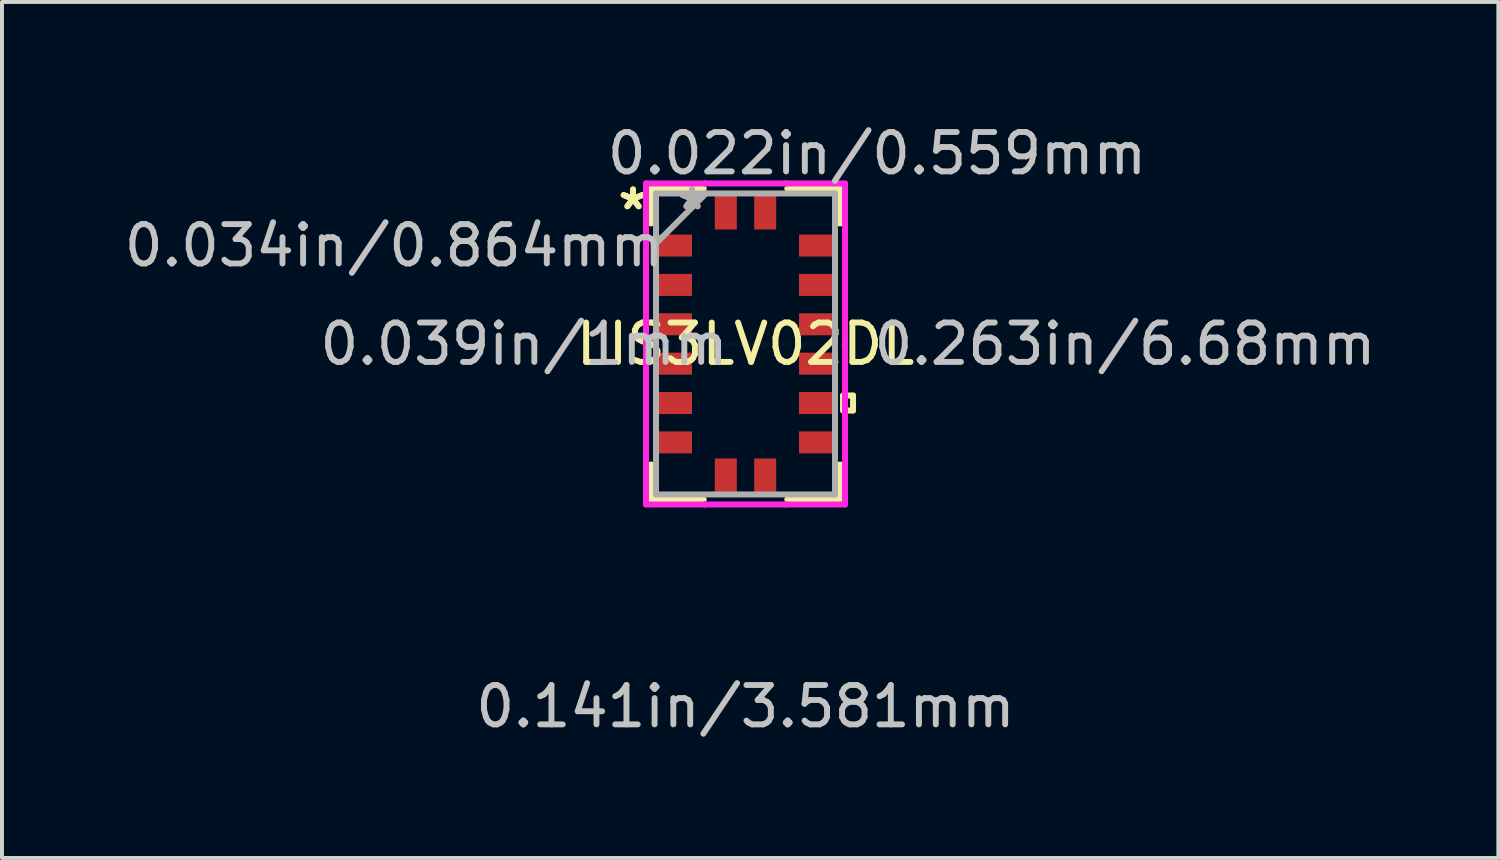
<source format=kicad_pcb>
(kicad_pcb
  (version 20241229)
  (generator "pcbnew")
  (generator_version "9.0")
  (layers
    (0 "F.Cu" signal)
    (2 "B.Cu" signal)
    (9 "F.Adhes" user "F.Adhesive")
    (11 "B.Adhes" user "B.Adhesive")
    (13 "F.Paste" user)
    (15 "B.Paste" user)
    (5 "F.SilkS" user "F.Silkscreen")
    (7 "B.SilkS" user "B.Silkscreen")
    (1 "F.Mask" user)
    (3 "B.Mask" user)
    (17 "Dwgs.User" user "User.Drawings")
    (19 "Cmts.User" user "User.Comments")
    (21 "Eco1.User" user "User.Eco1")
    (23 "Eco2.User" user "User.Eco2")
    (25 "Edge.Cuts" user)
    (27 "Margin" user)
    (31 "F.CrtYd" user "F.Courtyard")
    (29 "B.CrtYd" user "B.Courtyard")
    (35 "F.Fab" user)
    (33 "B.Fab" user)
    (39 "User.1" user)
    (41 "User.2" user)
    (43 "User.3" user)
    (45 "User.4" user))
  (footprint "LIS3LV02DL"
    (layer "F.Cu")
    (at 15.886 5.687)
    (property "Reference" "LIS3LV02DL" (at 0 0 0) (layer "F.SilkS") (effects (font (size 1 1) (thickness 0.15))))
    (attr through_hole)
    (fp_line (start -2.4 -3.95) (end -2.4 -3.061) (stroke (width 0.152) (type solid)) (layer "F.SilkS"))
    (fp_line (start -2.4 3.061) (end -2.4 3.95) (stroke (width 0.152) (type solid)) (layer "F.SilkS"))
    (fp_line (start -2.4 3.95) (end -1.061 3.95) (stroke (width 0.152) (type solid)) (layer "F.SilkS"))
    (fp_line (start -1.061 -3.95) (end -2.4 -3.95) (stroke (width 0.152) (type solid)) (layer "F.SilkS"))
    (fp_line (start 1.061 3.95) (end 2.4 3.95) (stroke (width 0.152) (type solid)) (layer "F.SilkS"))
    (fp_line (start 2.4 -3.95) (end 1.061 -3.95) (stroke (width 0.152) (type solid)) (layer "F.SilkS"))
    (fp_line (start 2.4 -3.061) (end 2.4 -3.95) (stroke (width 0.152) (type solid)) (layer "F.SilkS"))
    (fp_line (start 2.4 3.95) (end 2.4 3.061) (stroke (width 0.152) (type solid)) (layer "F.SilkS"))
    (fp_line (start 2.477 1.31) (end 2.731 1.31) (stroke (width 0.152) (type solid)) (layer "F.SilkS"))
    (fp_line (start 2.477 1.69) (end 2.477 1.31) (stroke (width 0.152) (type solid)) (layer "F.SilkS"))
    (fp_line (start 2.731 1.31) (end 2.731 1.69) (stroke (width 0.152) (type solid)) (layer "F.SilkS"))
    (fp_line (start 2.731 1.69) (end 2.477 1.69) (stroke (width 0.152) (type solid)) (layer "F.SilkS"))
    (fp_line (start -2.527 -4.077) (end -1.033 -4.077) (stroke (width 0.152) (type solid)) (layer "F.CrtYd"))
    (fp_line (start -2.527 -3.033) (end -2.527 -4.077) (stroke (width 0.152) (type solid)) (layer "F.CrtYd"))
    (fp_line (start -2.527 -3.033) (end -2.527 -3.033) (stroke (width 0.152) (type solid)) (layer "F.CrtYd"))
    (fp_line (start -2.527 3.033) (end -2.527 -3.033) (stroke (width 0.152) (type solid)) (layer "F.CrtYd"))
    (fp_line (start -2.527 3.033) (end -2.527 3.033) (stroke (width 0.152) (type solid)) (layer "F.CrtYd"))
    (fp_line (start -2.527 4.077) (end -2.527 3.033) (stroke (width 0.152) (type solid)) (layer "F.CrtYd"))
    (fp_line (start -1.033 -4.077) (end -1.033 -4.077) (stroke (width 0.152) (type solid)) (layer "F.CrtYd"))
    (fp_line (start -1.033 -4.077) (end 1.033 -4.077) (stroke (width 0.152) (type solid)) (layer "F.CrtYd"))
    (fp_line (start -1.033 4.077) (end -2.527 4.077) (stroke (width 0.152) (type solid)) (layer "F.CrtYd"))
    (fp_line (start -1.033 4.077) (end -1.033 4.077) (stroke (width 0.152) (type solid)) (layer "F.CrtYd"))
    (fp_line (start 1.033 -4.077) (end 1.033 -4.077) (stroke (width 0.152) (type solid)) (layer "F.CrtYd"))
    (fp_line (start 1.033 -4.077) (end 2.527 -4.077) (stroke (width 0.152) (type solid)) (layer "F.CrtYd"))
    (fp_line (start 1.033 4.077) (end -1.033 4.077) (stroke (width 0.152) (type solid)) (layer "F.CrtYd"))
    (fp_line (start 1.033 4.077) (end 1.033 4.077) (stroke (width 0.152) (type solid)) (layer "F.CrtYd"))
    (fp_line (start 2.527 -4.077) (end 2.527 -3.033) (stroke (width 0.152) (type solid)) (layer "F.CrtYd"))
    (fp_line (start 2.527 -3.033) (end 2.527 -3.033) (stroke (width 0.152) (type solid)) (layer "F.CrtYd"))
    (fp_line (start 2.527 -3.033) (end 2.527 3.033) (stroke (width 0.152) (type solid)) (layer "F.CrtYd"))
    (fp_line (start 2.527 3.033) (end 2.527 3.033) (stroke (width 0.152) (type solid)) (layer "F.CrtYd"))
    (fp_line (start 2.527 3.033) (end 2.527 4.077) (stroke (width 0.152) (type solid)) (layer "F.CrtYd"))
    (fp_line (start 2.527 4.077) (end 1.033 4.077) (stroke (width 0.152) (type solid)) (layer "F.CrtYd"))
    (fp_line (start -2.273 -3.823) (end -2.273 3.823) (stroke (width 0.152) (type solid)) (layer "F.Fab"))
    (fp_line (start -2.273 -2.553) (end -1.003 -3.823) (stroke (width 0.152) (type solid)) (layer "F.Fab"))
    (fp_line (start -2.273 3.823) (end 2.273 3.823) (stroke (width 0.152) (type solid)) (layer "F.Fab"))
    (fp_line (start 2.273 -3.823) (end -2.273 -3.823) (stroke (width 0.152) (type solid)) (layer "F.Fab"))
    (fp_line (start 2.273 3.823) (end 2.273 -3.823) (stroke (width 0.152) (type solid)) (layer "F.Fab"))
    (fp_text user "*" (at -2.857 -3.381 0) (layer "F.SilkS") (effects (font (size 1 1) (thickness 0.15))))
    (fp_text user "*" (at -2.857 -3.381 0) (layer "F.SilkS") (effects (font (size 1 1) (thickness 0.15))))
    (fp_text user "0.263in/6.68mm" (at 9.639 0 0) (layer "Dwgs.User") (effects (font (size 1 1) (thickness 0.15))))
    (fp_text user "0.039in/1mm" (at -5.626 0 0) (layer "Dwgs.User") (effects (font (size 1 1) (thickness 0.15))))
    (fp_text user "0.034in/0.864mm" (at -8.928 -2.5 0) (layer "Dwgs.User") (effects (font (size 1 1) (thickness 0.15))))
    (fp_text user "0.141in/3.581mm" (at 0 9.207 0) (layer "Dwgs.User") (effects (font (size 1 1) (thickness 0.15))))
    (fp_text user "0.022in/0.559mm" (at 3.34 -4.839 0) (layer "Dwgs.User") (effects (font (size 1 1) (thickness 0.15))))
    (fp_text user "Copyright 2016 Accelerated Designs. All rights reserved." (at 0 0 0) (layer "Cmts.User") (effects (font (size 0.127 0.127) (thickness 0.002))))
    (fp_text user "*" (at -1.359 -3.381 0) (layer "F.Fab") (effects (font (size 1 1) (thickness 0.15))))
    (fp_text user "*" (at -1.359 -3.381 0) (layer "F.Fab") (effects (font (size 1 1) (thickness 0.15))))
    (pad "1" smd rect (at -1.791 -2.5 90) (size 0.559 0.864) (layers "F.Cu" "F.Mask" "F.Paste"))
    (pad "2" smd rect (at -1.791 -1.5 90) (size 0.559 0.864) (layers "F.Cu" "F.Mask" "F.Paste"))
    (pad "3" smd rect (at -1.791 -0.5 90) (size 0.559 0.864) (layers "F.Cu" "F.Mask" "F.Paste"))
    (pad "4" smd rect (at -1.791 0.5 90) (size 0.559 0.864) (layers "F.Cu" "F.Mask" "F.Paste"))
    (pad "5" smd rect (at -1.791 1.5 90) (size 0.559 0.864) (layers "F.Cu" "F.Mask" "F.Paste"))
    (pad "6" smd rect (at -1.791 2.5 90) (size 0.559 0.864) (layers "F.Cu" "F.Mask" "F.Paste"))
    (pad "7" smd rect (at -0.5 3.34) (size 0.559 0.864) (layers "F.Cu" "F.Mask" "F.Paste"))
    (pad "8" smd rect (at 0.5 3.34) (size 0.559 0.864) (layers "F.Cu" "F.Mask" "F.Paste"))
    (pad "9" smd rect (at 1.791 2.5 90) (size 0.559 0.864) (layers "F.Cu" "F.Mask" "F.Paste"))
    (pad "10" smd rect (at 1.791 1.5 90) (size 0.559 0.864) (layers "F.Cu" "F.Mask" "F.Paste"))
    (pad "11" smd rect (at 1.791 0.5 90) (size 0.559 0.864) (layers "F.Cu" "F.Mask" "F.Paste"))
    (pad "12" smd rect (at 1.791 -0.5 90) (size 0.559 0.864) (layers "F.Cu" "F.Mask" "F.Paste"))
    (pad "13" smd rect (at 1.791 -1.5 90) (size 0.559 0.864) (layers "F.Cu" "F.Mask" "F.Paste"))
    (pad "14" smd rect (at 1.791 -2.5 90) (size 0.559 0.864) (layers "F.Cu" "F.Mask" "F.Paste"))
    (pad "15" smd rect (at 0.5 -3.34) (size 0.559 0.864) (layers "F.Cu" "F.Mask" "F.Paste"))
    (pad "16" smd rect (at -0.5 -3.34) (size 0.559 0.864) (layers "F.Cu" "F.Mask" "F.Paste")))
  (gr_rect
    (start -3 -3)
    (end 35.008 18.743)
    (stroke (width 0.1) (type default))
    (fill no)
    (layer "Edge.Cuts")))
</source>
